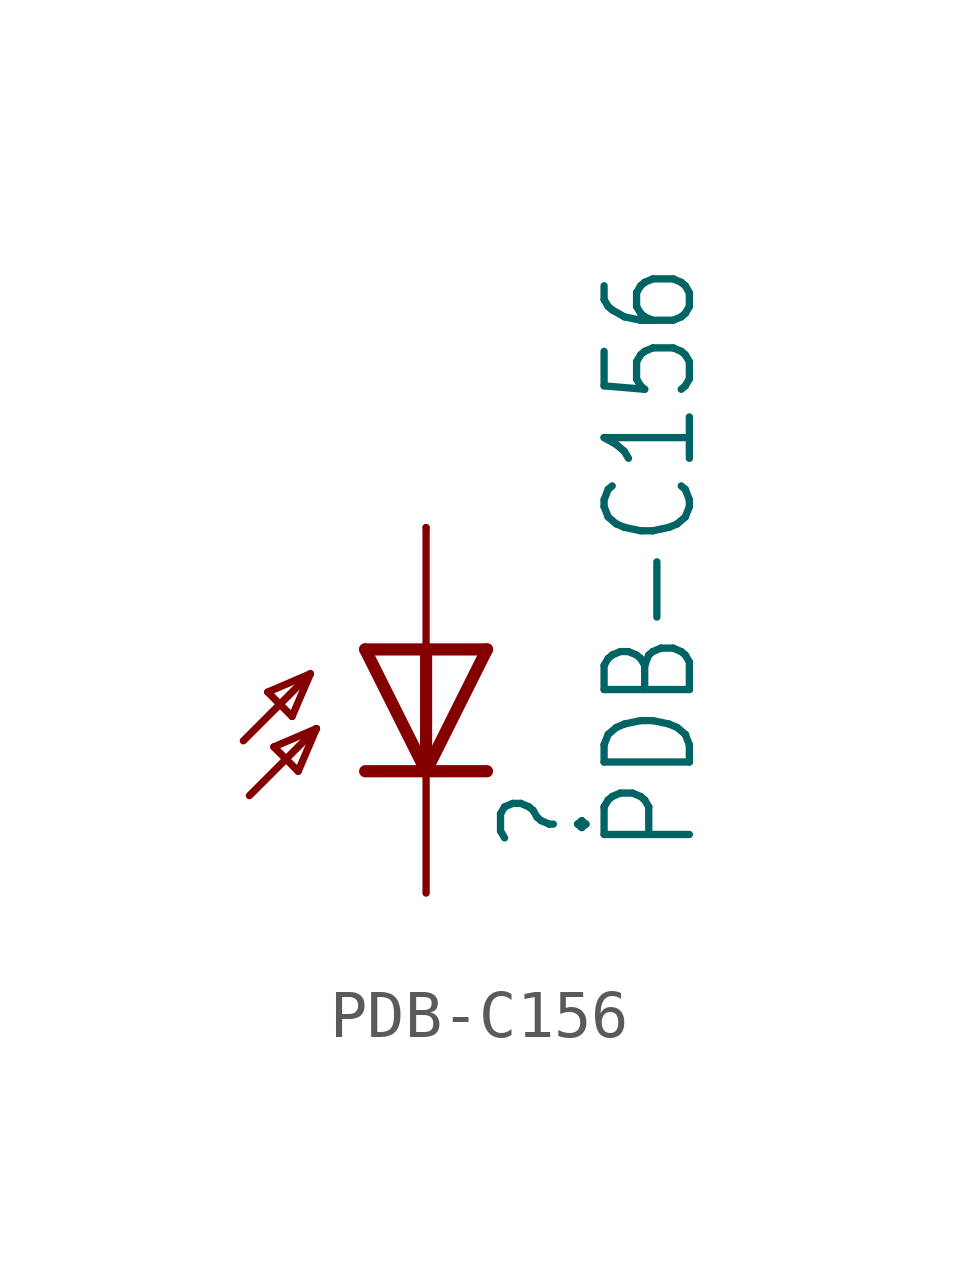
<source format=kicad_sym>
(kicad_symbol_lib
  (version 20211014)
  (generator kicad_symbol_editor)
  (symbol "PDB-C156"
    (property "Reference" ""
      (at 3.556 -4.318 90)
      (effects (font (size 1.778 1.511)) (justify left bottom)))
    (property "Value" "PDB-C156"
      (at 5.715 -4.318 90)
      (effects (font (size 1.778 1.511)) (justify left bottom)))
    (property "ki_locked" ""
      (at 0 0 0)
      (effects (font (size 1.27 1.27))))
    (symbol "PDB-C156_1_0"
      (polyline (pts (xy -3.81 -1.905) (xy -2.413 -0.508)) (stroke (width 0.152) (type default) (color 0 0 0 0)) (fill (type none)))
      (polyline (pts (xy -3.683 -3.048) (xy -2.286 -1.651)) (stroke (width 0.152) (type default) (color 0 0 0 0)) (fill (type none)))
      (polyline (pts (xy -3.302 -0.889) (xy -2.794 -1.397)) (stroke (width 0.152) (type default) (color 0 0 0 0)) (fill (type none)))
      (polyline (pts (xy -3.175 -2.032) (xy -2.667 -2.54)) (stroke (width 0.152) (type default) (color 0 0 0 0)) (fill (type none)))
      (polyline (pts (xy -2.794 -1.397) (xy -2.413 -0.508)) (stroke (width 0.152) (type default) (color 0 0 0 0)) (fill (type none)))
      (polyline (pts (xy -2.667 -2.54) (xy -2.286 -1.651)) (stroke (width 0.152) (type default) (color 0 0 0 0)) (fill (type none)))
      (polyline (pts (xy -2.413 -0.508) (xy -3.302 -0.889)) (stroke (width 0.152) (type default) (color 0 0 0 0)) (fill (type none)))
      (polyline (pts (xy -2.286 -1.651) (xy -3.175 -2.032)) (stroke (width 0.152) (type default) (color 0 0 0 0)) (fill (type none)))
      (polyline (pts (xy 0 -2.54) (xy -1.27 -2.54)) (stroke (width 0.254) (type default) (color 0 0 0 0)) (fill (type none)))
      (polyline (pts (xy 0 -2.54) (xy -1.27 0)) (stroke (width 0.254) (type default) (color 0 0 0 0)) (fill (type none)))
      (polyline (pts (xy 0 0) (xy -1.27 0)) (stroke (width 0.254) (type default) (color 0 0 0 0)) (fill (type none)))
      (polyline (pts (xy 0 0) (xy 0 -2.54)) (stroke (width 0.254) (type default) (color 0 0 0 0)) (fill (type none)))
      (polyline (pts (xy 0 2.54) (xy 0 0)) (stroke (width 0.152) (type default) (color 0 0 0 0)) (fill (type none)))
      (polyline (pts (xy 1.27 -2.54) (xy 0 -2.54)) (stroke (width 0.254) (type default) (color 0 0 0 0)) (fill (type none)))
      (polyline (pts (xy 1.27 0) (xy 0 -2.54)) (stroke (width 0.254) (type default) (color 0 0 0 0)) (fill (type none)))
      (polyline (pts (xy 1.27 0) (xy 0 0)) (stroke (width 0.254) (type default) (color 0 0 0 0)) (fill (type none)))
      (pin passive line (at 0 2.54 270) (length 0) (name "A" (effects (font (size 0 0)))) (number "A" (effects (font (size 0 0)))))
      (pin passive line (at 0 -5.08 90) (length 2.54) (name "C" (effects (font (size 0 0)))) (number "C" (effects (font (size 0 0))))))))
</source>
